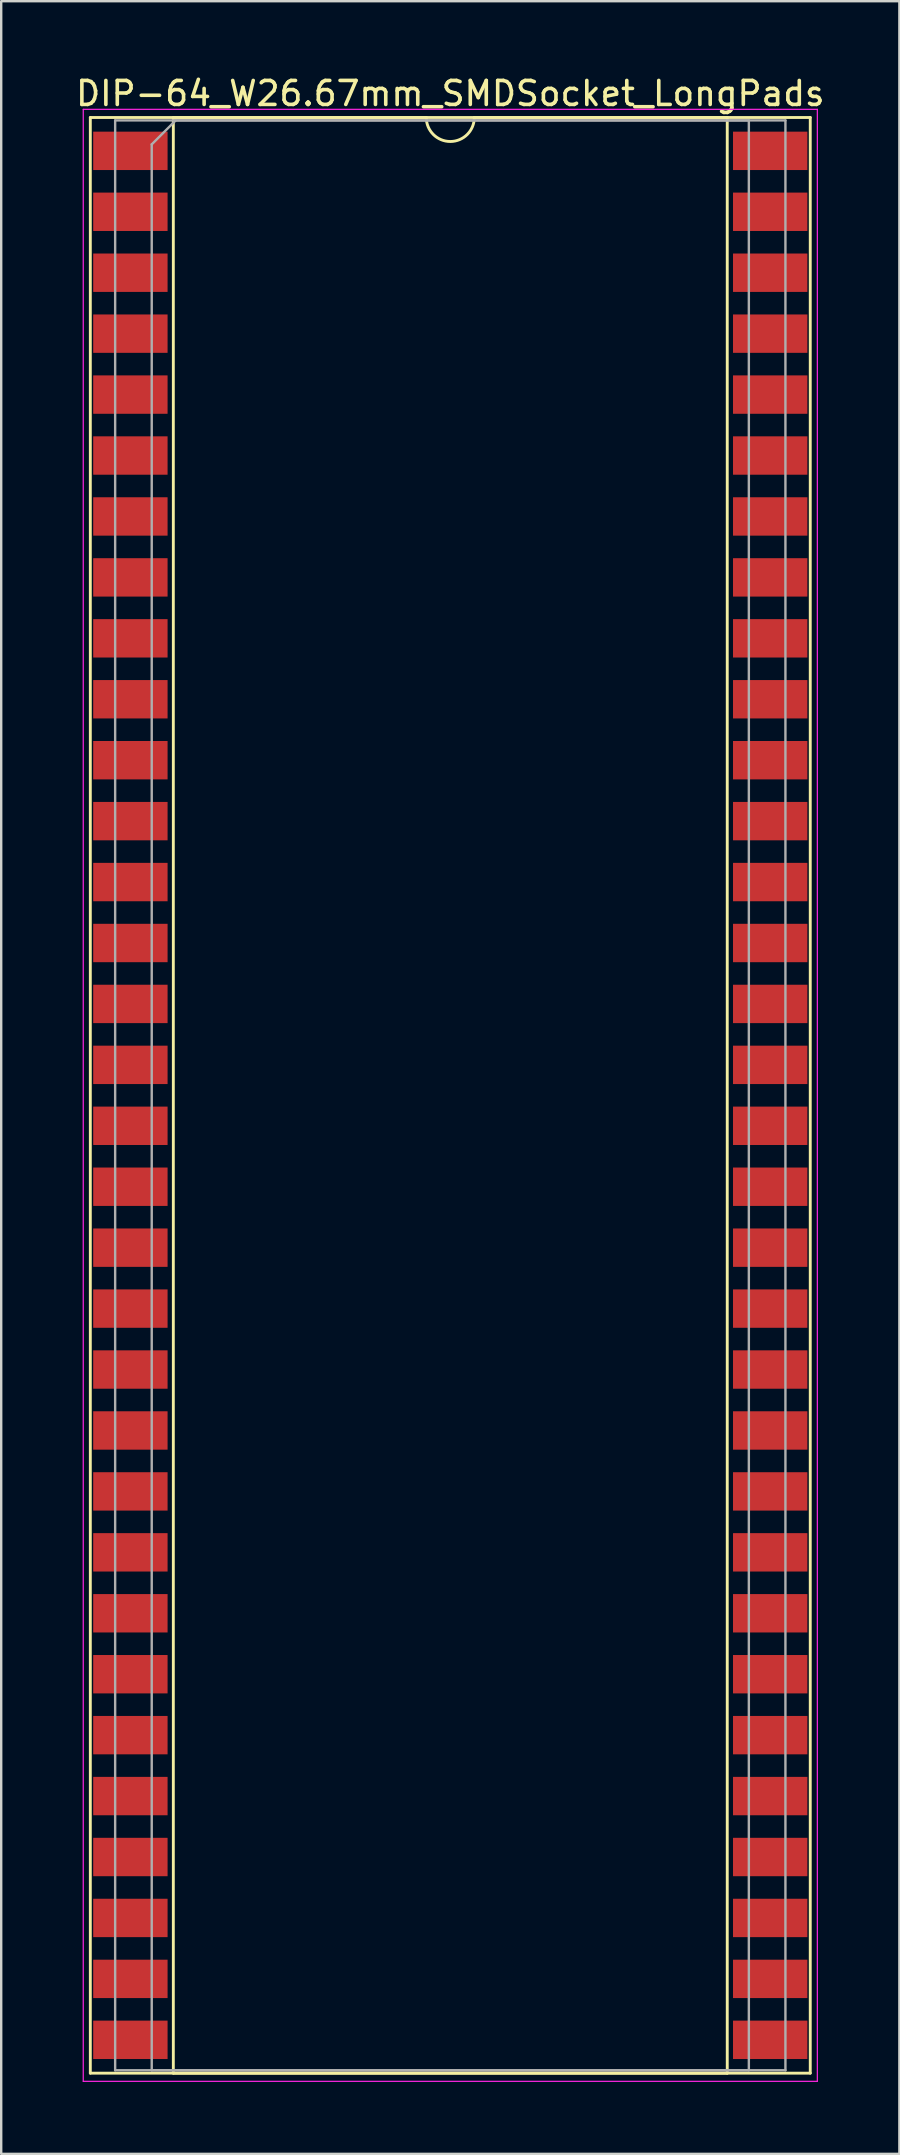
<source format=kicad_pcb>
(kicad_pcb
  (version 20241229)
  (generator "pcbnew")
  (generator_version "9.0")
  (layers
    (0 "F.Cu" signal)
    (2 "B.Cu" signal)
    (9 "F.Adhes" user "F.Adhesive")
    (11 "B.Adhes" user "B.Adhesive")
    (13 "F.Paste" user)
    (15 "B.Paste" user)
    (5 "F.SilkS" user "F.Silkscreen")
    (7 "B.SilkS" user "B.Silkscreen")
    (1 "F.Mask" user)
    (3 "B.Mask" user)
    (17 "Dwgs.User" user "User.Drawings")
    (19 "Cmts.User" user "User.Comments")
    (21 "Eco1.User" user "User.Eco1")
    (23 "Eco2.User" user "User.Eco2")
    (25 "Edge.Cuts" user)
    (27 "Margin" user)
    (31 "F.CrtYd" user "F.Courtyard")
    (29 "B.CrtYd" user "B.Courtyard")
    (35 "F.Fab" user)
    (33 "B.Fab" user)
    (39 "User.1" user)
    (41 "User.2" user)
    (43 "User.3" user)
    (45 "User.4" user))
  (footprint "DIP-64_W26.67mm_SMDSocket_LongPads"
    (layer "F.Cu")
    (at 15.72 42.608)
    (property "Reference" "DIP-64_W26.67mm_SMDSocket_LongPads" (at 0 -41.76 0) (layer "F.SilkS") (effects (font (size 1 1) (thickness 0.15))))
    (attr smd)
    (fp_line (start -15.005 -40.76) (end -15.005 40.76) (stroke (width 0.12) (type solid)) (layer "F.SilkS"))
    (fp_line (start -15.005 40.76) (end 15.005 40.76) (stroke (width 0.12) (type solid)) (layer "F.SilkS"))
    (fp_line (start -11.545 -40.76) (end -11.545 40.76) (stroke (width 0.12) (type solid)) (layer "F.SilkS"))
    (fp_line (start -11.545 40.76) (end 11.545 40.76) (stroke (width 0.12) (type solid)) (layer "F.SilkS"))
    (fp_line (start -1 -40.76) (end -11.545 -40.76) (stroke (width 0.12) (type solid)) (layer "F.SilkS"))
    (fp_line (start 11.545 -40.76) (end 1 -40.76) (stroke (width 0.12) (type solid)) (layer "F.SilkS"))
    (fp_line (start 11.545 40.76) (end 11.545 -40.76) (stroke (width 0.12) (type solid)) (layer "F.SilkS"))
    (fp_line (start 15.005 -40.76) (end -15.005 -40.76) (stroke (width 0.12) (type solid)) (layer "F.SilkS"))
    (fp_line (start 15.005 40.76) (end 15.005 -40.76) (stroke (width 0.12) (type solid)) (layer "F.SilkS"))
    (fp_arc (start 1 -40.76) (mid 0 -39.76) (end -1 -40.76) (stroke (width 0.12) (type solid)) (layer "F.SilkS"))
    (fp_line (start -15.3 -41.1) (end -15.3 41.1) (stroke (width 0.05) (type solid)) (layer "F.CrtYd"))
    (fp_line (start -15.3 41.1) (end 15.3 41.1) (stroke (width 0.05) (type solid)) (layer "F.CrtYd"))
    (fp_line (start 15.3 -41.1) (end -15.3 -41.1) (stroke (width 0.05) (type solid)) (layer "F.CrtYd"))
    (fp_line (start 15.3 41.1) (end 15.3 -41.1) (stroke (width 0.05) (type solid)) (layer "F.CrtYd"))
    (fp_line (start -13.97 -40.64) (end -13.97 40.64) (stroke (width 0.1) (type solid)) (layer "F.Fab"))
    (fp_line (start -13.97 40.64) (end 13.97 40.64) (stroke (width 0.1) (type solid)) (layer "F.Fab"))
    (fp_line (start -12.445 -39.64) (end -11.445 -40.64) (stroke (width 0.1) (type solid)) (layer "F.Fab"))
    (fp_line (start -12.445 40.64) (end -12.445 -39.64) (stroke (width 0.1) (type solid)) (layer "F.Fab"))
    (fp_line (start -11.445 -40.64) (end 12.445 -40.64) (stroke (width 0.1) (type solid)) (layer "F.Fab"))
    (fp_line (start 12.445 -40.64) (end 12.445 40.64) (stroke (width 0.1) (type solid)) (layer "F.Fab"))
    (fp_line (start 12.445 40.64) (end -12.445 40.64) (stroke (width 0.1) (type solid)) (layer "F.Fab"))
    (fp_line (start 13.97 -40.64) (end -13.97 -40.64) (stroke (width 0.1) (type solid)) (layer "F.Fab"))
    (fp_line (start 13.97 40.64) (end 13.97 -40.64) (stroke (width 0.1) (type solid)) (layer "F.Fab"))
    (pad "1" smd rect (at -13.335 -39.37) (size 3.1 1.6) (layers "F.Cu" "F.Mask"))
    (pad "2" smd rect (at -13.335 -36.83) (size 3.1 1.6) (layers "F.Cu" "F.Mask"))
    (pad "3" smd rect (at -13.335 -34.29) (size 3.1 1.6) (layers "F.Cu" "F.Mask"))
    (pad "4" smd rect (at -13.335 -31.75) (size 3.1 1.6) (layers "F.Cu" "F.Mask"))
    (pad "5" smd rect (at -13.335 -29.21) (size 3.1 1.6) (layers "F.Cu" "F.Mask"))
    (pad "6" smd rect (at -13.335 -26.67) (size 3.1 1.6) (layers "F.Cu" "F.Mask"))
    (pad "7" smd rect (at -13.335 -24.13) (size 3.1 1.6) (layers "F.Cu" "F.Mask"))
    (pad "8" smd rect (at -13.335 -21.59) (size 3.1 1.6) (layers "F.Cu" "F.Mask"))
    (pad "9" smd rect (at -13.335 -19.05) (size 3.1 1.6) (layers "F.Cu" "F.Mask"))
    (pad "10" smd rect (at -13.335 -16.51) (size 3.1 1.6) (layers "F.Cu" "F.Mask"))
    (pad "11" smd rect (at -13.335 -13.97) (size 3.1 1.6) (layers "F.Cu" "F.Mask"))
    (pad "12" smd rect (at -13.335 -11.43) (size 3.1 1.6) (layers "F.Cu" "F.Mask"))
    (pad "13" smd rect (at -13.335 -8.89) (size 3.1 1.6) (layers "F.Cu" "F.Mask"))
    (pad "14" smd rect (at -13.335 -6.35) (size 3.1 1.6) (layers "F.Cu" "F.Mask"))
    (pad "15" smd rect (at -13.335 -3.81) (size 3.1 1.6) (layers "F.Cu" "F.Mask"))
    (pad "16" smd rect (at -13.335 -1.27) (size 3.1 1.6) (layers "F.Cu" "F.Mask"))
    (pad "17" smd rect (at -13.335 1.27) (size 3.1 1.6) (layers "F.Cu" "F.Mask"))
    (pad "18" smd rect (at -13.335 3.81) (size 3.1 1.6) (layers "F.Cu" "F.Mask"))
    (pad "19" smd rect (at -13.335 6.35) (size 3.1 1.6) (layers "F.Cu" "F.Mask"))
    (pad "20" smd rect (at -13.335 8.89) (size 3.1 1.6) (layers "F.Cu" "F.Mask"))
    (pad "21" smd rect (at -13.335 11.43) (size 3.1 1.6) (layers "F.Cu" "F.Mask"))
    (pad "22" smd rect (at -13.335 13.97) (size 3.1 1.6) (layers "F.Cu" "F.Mask"))
    (pad "23" smd rect (at -13.335 16.51) (size 3.1 1.6) (layers "F.Cu" "F.Mask"))
    (pad "24" smd rect (at -13.335 19.05) (size 3.1 1.6) (layers "F.Cu" "F.Mask"))
    (pad "25" smd rect (at -13.335 21.59) (size 3.1 1.6) (layers "F.Cu" "F.Mask"))
    (pad "26" smd rect (at -13.335 24.13) (size 3.1 1.6) (layers "F.Cu" "F.Mask"))
    (pad "27" smd rect (at -13.335 26.67) (size 3.1 1.6) (layers "F.Cu" "F.Mask"))
    (pad "28" smd rect (at -13.335 29.21) (size 3.1 1.6) (layers "F.Cu" "F.Mask"))
    (pad "29" smd rect (at -13.335 31.75) (size 3.1 1.6) (layers "F.Cu" "F.Mask"))
    (pad "30" smd rect (at -13.335 34.29) (size 3.1 1.6) (layers "F.Cu" "F.Mask"))
    (pad "31" smd rect (at -13.335 36.83) (size 3.1 1.6) (layers "F.Cu" "F.Mask"))
    (pad "32" smd rect (at -13.335 39.37) (size 3.1 1.6) (layers "F.Cu" "F.Mask"))
    (pad "33" smd rect (at 13.335 39.37) (size 3.1 1.6) (layers "F.Cu" "F.Mask"))
    (pad "34" smd rect (at 13.335 36.83) (size 3.1 1.6) (layers "F.Cu" "F.Mask"))
    (pad "35" smd rect (at 13.335 34.29) (size 3.1 1.6) (layers "F.Cu" "F.Mask"))
    (pad "36" smd rect (at 13.335 31.75) (size 3.1 1.6) (layers "F.Cu" "F.Mask"))
    (pad "37" smd rect (at 13.335 29.21) (size 3.1 1.6) (layers "F.Cu" "F.Mask"))
    (pad "38" smd rect (at 13.335 26.67) (size 3.1 1.6) (layers "F.Cu" "F.Mask"))
    (pad "39" smd rect (at 13.335 24.13) (size 3.1 1.6) (layers "F.Cu" "F.Mask"))
    (pad "40" smd rect (at 13.335 21.59) (size 3.1 1.6) (layers "F.Cu" "F.Mask"))
    (pad "41" smd rect (at 13.335 19.05) (size 3.1 1.6) (layers "F.Cu" "F.Mask"))
    (pad "42" smd rect (at 13.335 16.51) (size 3.1 1.6) (layers "F.Cu" "F.Mask"))
    (pad "43" smd rect (at 13.335 13.97) (size 3.1 1.6) (layers "F.Cu" "F.Mask"))
    (pad "44" smd rect (at 13.335 11.43) (size 3.1 1.6) (layers "F.Cu" "F.Mask"))
    (pad "45" smd rect (at 13.335 8.89) (size 3.1 1.6) (layers "F.Cu" "F.Mask"))
    (pad "46" smd rect (at 13.335 6.35) (size 3.1 1.6) (layers "F.Cu" "F.Mask"))
    (pad "47" smd rect (at 13.335 3.81) (size 3.1 1.6) (layers "F.Cu" "F.Mask"))
    (pad "48" smd rect (at 13.335 1.27) (size 3.1 1.6) (layers "F.Cu" "F.Mask"))
    (pad "49" smd rect (at 13.335 -1.27) (size 3.1 1.6) (layers "F.Cu" "F.Mask"))
    (pad "50" smd rect (at 13.335 -3.81) (size 3.1 1.6) (layers "F.Cu" "F.Mask"))
    (pad "51" smd rect (at 13.335 -6.35) (size 3.1 1.6) (layers "F.Cu" "F.Mask"))
    (pad "52" smd rect (at 13.335 -8.89) (size 3.1 1.6) (layers "F.Cu" "F.Mask"))
    (pad "53" smd rect (at 13.335 -11.43) (size 3.1 1.6) (layers "F.Cu" "F.Mask"))
    (pad "54" smd rect (at 13.335 -13.97) (size 3.1 1.6) (layers "F.Cu" "F.Mask"))
    (pad "55" smd rect (at 13.335 -16.51) (size 3.1 1.6) (layers "F.Cu" "F.Mask"))
    (pad "56" smd rect (at 13.335 -19.05) (size 3.1 1.6) (layers "F.Cu" "F.Mask"))
    (pad "57" smd rect (at 13.335 -21.59) (size 3.1 1.6) (layers "F.Cu" "F.Mask"))
    (pad "58" smd rect (at 13.335 -24.13) (size 3.1 1.6) (layers "F.Cu" "F.Mask"))
    (pad "59" smd rect (at 13.335 -26.67) (size 3.1 1.6) (layers "F.Cu" "F.Mask"))
    (pad "60" smd rect (at 13.335 -29.21) (size 3.1 1.6) (layers "F.Cu" "F.Mask"))
    (pad "61" smd rect (at 13.335 -31.75) (size 3.1 1.6) (layers "F.Cu" "F.Mask"))
    (pad "62" smd rect (at 13.335 -34.29) (size 3.1 1.6) (layers "F.Cu" "F.Mask"))
    (pad "63" smd rect (at 13.335 -36.83) (size 3.1 1.6) (layers "F.Cu" "F.Mask"))
    (pad "64" smd rect (at 13.335 -39.37) (size 3.1 1.6) (layers "F.Cu" "F.Mask")))
  (gr_rect
    (start -3 -3)
    (end 34.44 86.733)
    (stroke (width 0.1) (type default))
    (fill no)
    (layer "Edge.Cuts")))
</source>
